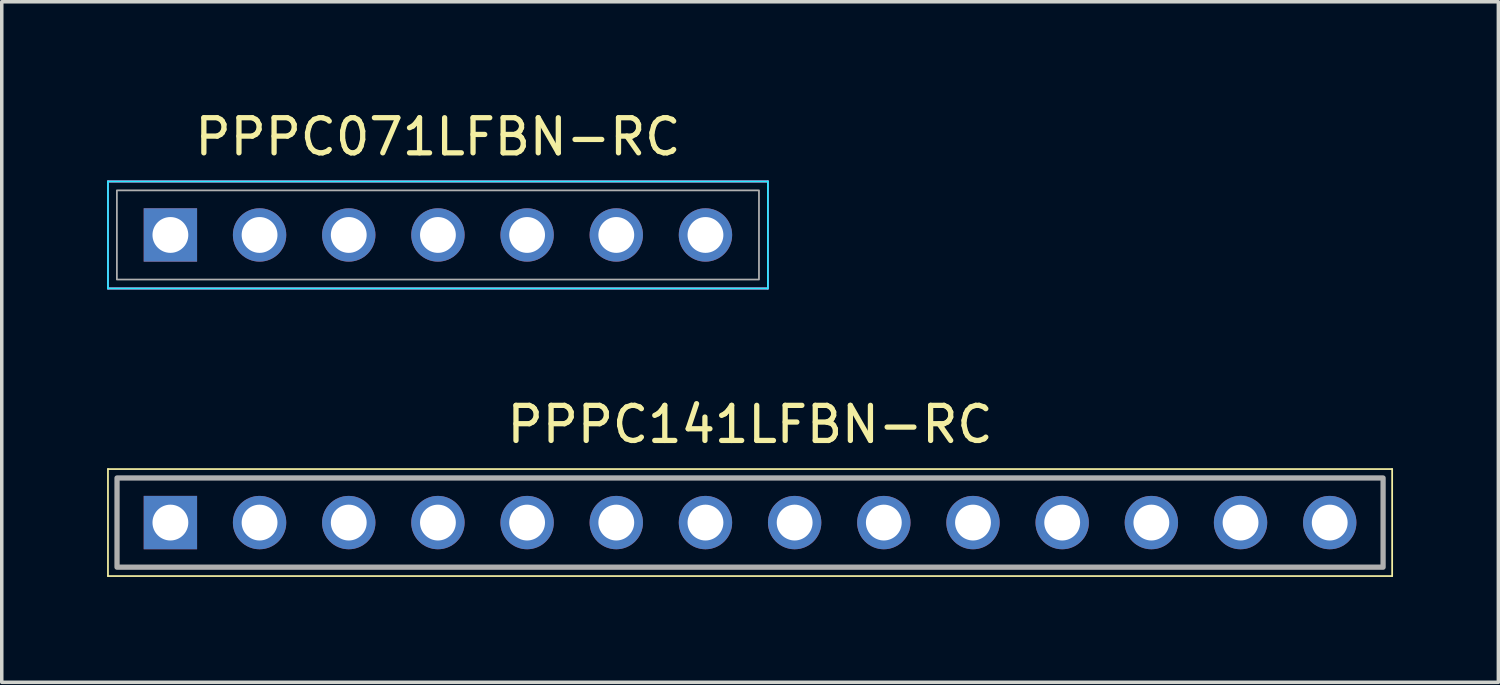
<source format=kicad_pcb>
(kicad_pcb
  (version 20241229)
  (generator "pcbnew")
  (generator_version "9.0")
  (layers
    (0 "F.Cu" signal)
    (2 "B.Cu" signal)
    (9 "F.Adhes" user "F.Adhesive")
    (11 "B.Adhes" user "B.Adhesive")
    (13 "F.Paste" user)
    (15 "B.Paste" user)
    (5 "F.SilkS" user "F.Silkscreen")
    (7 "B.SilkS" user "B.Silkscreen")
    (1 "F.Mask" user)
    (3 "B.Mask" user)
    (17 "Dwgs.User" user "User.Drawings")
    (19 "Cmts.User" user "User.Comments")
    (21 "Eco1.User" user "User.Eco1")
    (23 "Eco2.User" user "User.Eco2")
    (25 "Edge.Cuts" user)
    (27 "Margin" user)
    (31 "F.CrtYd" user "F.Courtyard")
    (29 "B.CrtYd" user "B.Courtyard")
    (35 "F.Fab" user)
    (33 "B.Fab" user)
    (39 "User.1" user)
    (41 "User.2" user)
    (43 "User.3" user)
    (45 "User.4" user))
  (footprint "PPPC071LFBN-RC"
    (layer "F.Cu")
    (at 9.423 3.642)
    (property "Reference" "PPPC071LFBN-RC" (at 0 -2.794 0) (layer "F.SilkS") (effects (font (size 1 1) (thickness 0.15))))
    (attr through_hole)
    (fp_line (start -9.398 -1.524) (end 9.398 -1.524) (stroke (width 0.05) (type solid)) (layer "F.SilkS"))
    (fp_line (start -9.398 1.524) (end -9.398 -1.524) (stroke (width 0.05) (type solid)) (layer "F.SilkS"))
    (fp_line (start 9.398 -1.524) (end 9.398 1.524) (stroke (width 0.05) (type solid)) (layer "F.SilkS"))
    (fp_line (start 9.398 1.524) (end -9.398 1.524) (stroke (width 0.05) (type solid)) (layer "F.SilkS"))
    (fp_line (start -9.398 -1.524) (end 9.398 -1.524) (stroke (width 0.05) (type solid)) (layer "B.CrtYd"))
    (fp_line (start -9.398 1.524) (end -9.398 -1.524) (stroke (width 0.05) (type solid)) (layer "B.CrtYd"))
    (fp_line (start 9.398 -1.524) (end 9.398 1.524) (stroke (width 0.05) (type solid)) (layer "B.CrtYd"))
    (fp_line (start 9.398 1.524) (end -9.398 1.524) (stroke (width 0.05) (type solid)) (layer "B.CrtYd"))
    (fp_line (start -9.398 -1.524) (end 9.398 -1.524) (stroke (width 0.05) (type solid)) (layer "F.CrtYd"))
    (fp_line (start -9.398 1.524) (end -9.398 -1.524) (stroke (width 0.05) (type solid)) (layer "F.CrtYd"))
    (fp_line (start 9.398 -1.524) (end 9.398 1.524) (stroke (width 0.05) (type solid)) (layer "F.CrtYd"))
    (fp_line (start 9.398 1.524) (end -9.398 1.524) (stroke (width 0.05) (type solid)) (layer "F.CrtYd"))
    (fp_poly (pts (xy -9.144 -1.27) (xy 9.144 -1.27) (xy 9.144 1.27) (xy -9.144 1.27)) (stroke (width 0.05) (type solid)) (fill no) (layer "F.Fab"))
    (pad "1" thru_hole rect (at -7.62 0) (size 1.52 1.52) (drill 1.02) (layers "*.Cu" "*.Mask"))
    (pad "2" thru_hole circle (at -5.08 0) (size 1.52 1.52) (drill 1.02) (layers "*.Cu" "*.Mask"))
    (pad "3" thru_hole circle (at -2.54 0) (size 1.52 1.52) (drill 1.02) (layers "*.Cu" "*.Mask"))
    (pad "4" thru_hole circle (at 0 0) (size 1.52 1.52) (drill 1.02) (layers "*.Cu" "*.Mask"))
    (pad "5" thru_hole circle (at 2.54 0) (size 1.52 1.52) (drill 1.02) (layers "*.Cu" "*.Mask"))
    (pad "6" thru_hole circle (at 5.08 0) (size 1.52 1.52) (drill 1.02) (layers "*.Cu" "*.Mask"))
    (pad "7" thru_hole circle (at 7.62 0) (size 1.52 1.52) (drill 1.02) (layers "*.Cu" "*.Mask")))
  (footprint "PPPC141LFBN-RC"
    (layer "F.Cu")
    (at 18.313 11.834)
    (property "Reference" "PPPC141LFBN-RC" (at 0 -2.794 0) (layer "F.SilkS") (effects (font (size 1 1) (thickness 0.15))))
    (attr through_hole)
    (fp_line (start -18.288 -1.524) (end 18.288 -1.524) (stroke (width 0.05) (type solid)) (layer "F.SilkS"))
    (fp_line (start -18.288 1.524) (end -18.288 -1.524) (stroke (width 0.05) (type solid)) (layer "F.SilkS"))
    (fp_line (start 18.288 -1.524) (end 18.288 1.524) (stroke (width 0.05) (type solid)) (layer "F.SilkS"))
    (fp_line (start 18.288 1.524) (end -18.288 1.524) (stroke (width 0.05) (type solid)) (layer "F.SilkS"))
    (fp_poly (pts (xy -18.03 -1.27) (xy 18.03 -1.27) (xy 18.03 1.27) (xy -18.03 1.27)) (stroke (width 0.15) (type solid)) (fill no) (layer "F.Fab"))
    (pad "1" thru_hole rect (at -16.51 0) (size 1.52 1.52) (drill 1.02) (layers "*.Cu" "*.Mask"))
    (pad "2" thru_hole circle (at -13.97 0) (size 1.52 1.52) (drill 1.02) (layers "*.Cu" "*.Mask"))
    (pad "3" thru_hole circle (at -11.43 0) (size 1.52 1.52) (drill 1.02) (layers "*.Cu" "*.Mask"))
    (pad "4" thru_hole circle (at -8.89 0) (size 1.52 1.52) (drill 1.02) (layers "*.Cu" "*.Mask"))
    (pad "5" thru_hole circle (at -6.35 0) (size 1.52 1.52) (drill 1.02) (layers "*.Cu" "*.Mask"))
    (pad "6" thru_hole circle (at -3.81 0) (size 1.52 1.52) (drill 1.02) (layers "*.Cu" "*.Mask"))
    (pad "7" thru_hole circle (at -1.27 0) (size 1.52 1.52) (drill 1.02) (layers "*.Cu" "*.Mask"))
    (pad "8" thru_hole circle (at 1.27 0) (size 1.52 1.52) (drill 1.02) (layers "*.Cu" "*.Mask"))
    (pad "9" thru_hole circle (at 3.81 0) (size 1.52 1.52) (drill 1.02) (layers "*.Cu" "*.Mask"))
    (pad "10" thru_hole circle (at 6.35 0) (size 1.52 1.52) (drill 1.02) (layers "*.Cu" "*.Mask"))
    (pad "11" thru_hole circle (at 8.89 0) (size 1.52 1.52) (drill 1.02) (layers "*.Cu" "*.Mask"))
    (pad "12" thru_hole circle (at 11.43 0) (size 1.52 1.52) (drill 1.02) (layers "*.Cu" "*.Mask"))
    (pad "13" thru_hole circle (at 13.97 0) (size 1.52 1.52) (drill 1.02) (layers "*.Cu" "*.Mask"))
    (pad "14" thru_hole circle (at 16.51 0) (size 1.52 1.52) (drill 1.02) (layers "*.Cu" "*.Mask")))
  (gr_rect
    (start -3 -3)
    (end 39.626 16.383)
    (stroke (width 0.1) (type default))
    (fill no)
    (layer "Edge.Cuts")))
</source>
